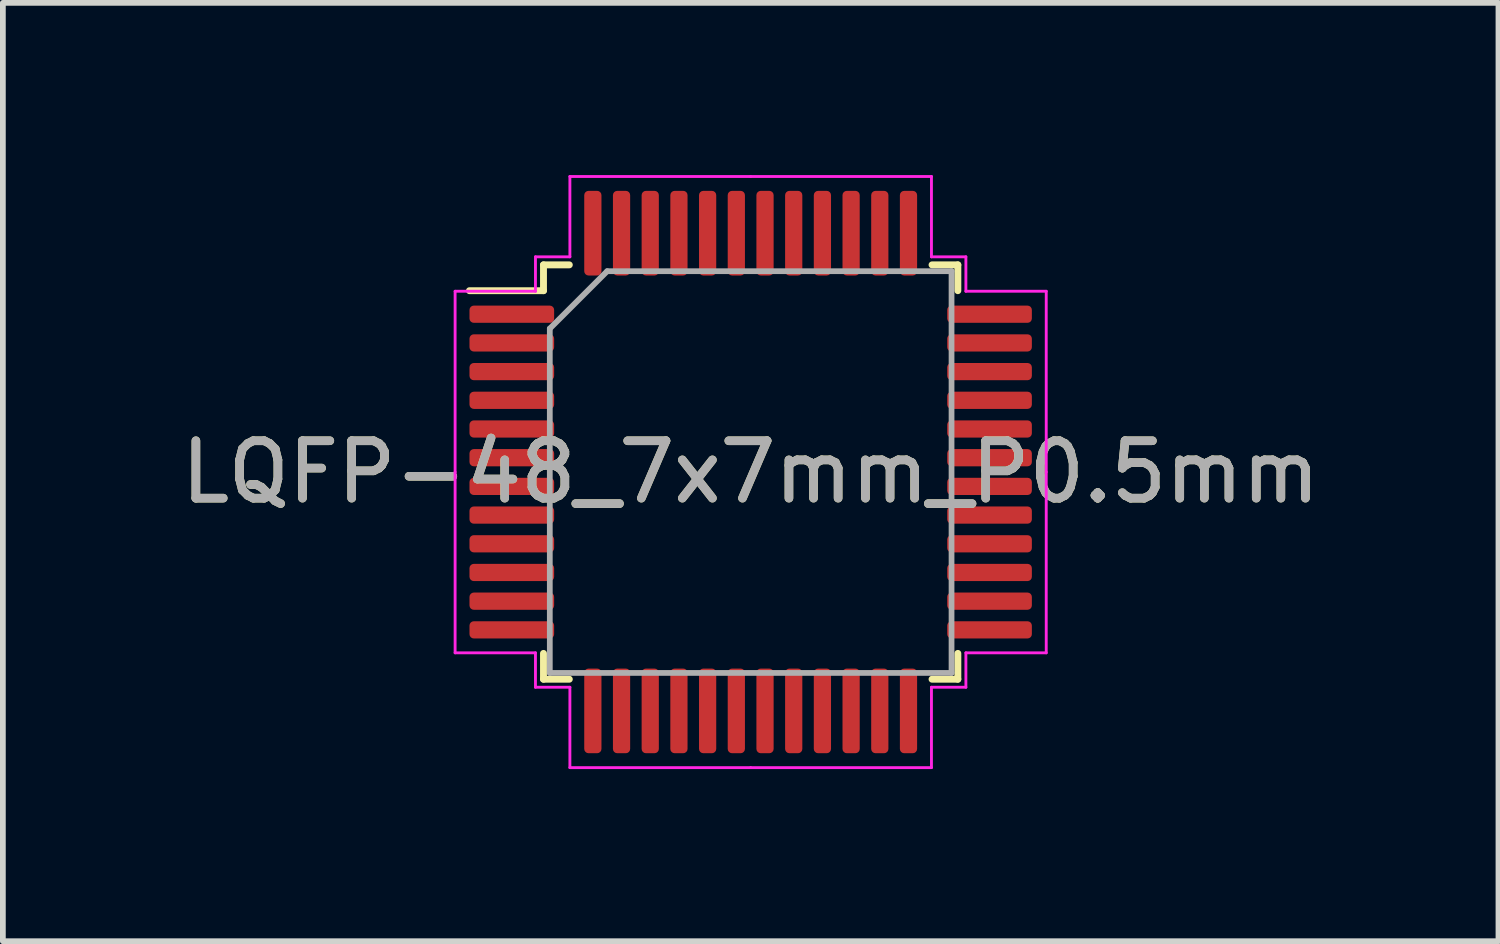
<source format=kicad_pcb>
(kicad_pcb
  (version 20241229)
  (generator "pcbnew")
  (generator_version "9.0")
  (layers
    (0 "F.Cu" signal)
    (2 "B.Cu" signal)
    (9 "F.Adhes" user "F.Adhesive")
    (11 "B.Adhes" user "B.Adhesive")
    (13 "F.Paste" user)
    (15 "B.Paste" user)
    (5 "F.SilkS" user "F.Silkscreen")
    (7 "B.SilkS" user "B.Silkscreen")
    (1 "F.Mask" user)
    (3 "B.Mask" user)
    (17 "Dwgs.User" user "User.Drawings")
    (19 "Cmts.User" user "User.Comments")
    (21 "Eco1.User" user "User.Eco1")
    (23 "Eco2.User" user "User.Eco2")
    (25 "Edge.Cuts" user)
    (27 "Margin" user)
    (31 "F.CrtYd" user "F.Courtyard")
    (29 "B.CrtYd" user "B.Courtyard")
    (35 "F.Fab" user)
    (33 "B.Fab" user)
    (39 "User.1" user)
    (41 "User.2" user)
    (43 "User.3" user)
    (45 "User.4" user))
  (footprint "LQFP-48_7x7mm_P0.5mm"
    (layer "F.Cu")
    (at 10.03 5.175)
    (property "Reference" "LQFP-48_7x7mm_P0.5mm" (at 0 0 180) (layer "F.SilkS") (effects (font (size 1 1) (thickness 0.15))))
    (attr smd)
    (fp_line (start -3.61 -3.61) (end -3.61 -3.16) (stroke (width 0.12) (type solid)) (layer "F.SilkS"))
    (fp_line (start -3.61 -3.16) (end -4.9 -3.16) (stroke (width 0.12) (type solid)) (layer "F.SilkS"))
    (fp_line (start -3.61 3.61) (end -3.61 3.16) (stroke (width 0.12) (type solid)) (layer "F.SilkS"))
    (fp_line (start -3.16 -3.61) (end -3.61 -3.61) (stroke (width 0.12) (type solid)) (layer "F.SilkS"))
    (fp_line (start -3.16 3.61) (end -3.61 3.61) (stroke (width 0.12) (type solid)) (layer "F.SilkS"))
    (fp_line (start 3.16 -3.61) (end 3.61 -3.61) (stroke (width 0.12) (type solid)) (layer "F.SilkS"))
    (fp_line (start 3.16 3.61) (end 3.61 3.61) (stroke (width 0.12) (type solid)) (layer "F.SilkS"))
    (fp_line (start 3.61 -3.61) (end 3.61 -3.16) (stroke (width 0.12) (type solid)) (layer "F.SilkS"))
    (fp_line (start 3.61 3.61) (end 3.61 3.16) (stroke (width 0.12) (type solid)) (layer "F.SilkS"))
    (fp_line (start -5.15 -3.15) (end -5.15 0) (stroke (width 0.05) (type solid)) (layer "F.CrtYd"))
    (fp_line (start -5.15 3.15) (end -5.15 0) (stroke (width 0.05) (type solid)) (layer "F.CrtYd"))
    (fp_line (start -3.75 -3.75) (end -3.75 -3.15) (stroke (width 0.05) (type solid)) (layer "F.CrtYd"))
    (fp_line (start -3.75 -3.15) (end -5.15 -3.15) (stroke (width 0.05) (type solid)) (layer "F.CrtYd"))
    (fp_line (start -3.75 3.15) (end -5.15 3.15) (stroke (width 0.05) (type solid)) (layer "F.CrtYd"))
    (fp_line (start -3.75 3.75) (end -3.75 3.15) (stroke (width 0.05) (type solid)) (layer "F.CrtYd"))
    (fp_line (start -3.15 -5.15) (end -3.15 -3.75) (stroke (width 0.05) (type solid)) (layer "F.CrtYd"))
    (fp_line (start -3.15 -3.75) (end -3.75 -3.75) (stroke (width 0.05) (type solid)) (layer "F.CrtYd"))
    (fp_line (start -3.15 3.75) (end -3.75 3.75) (stroke (width 0.05) (type solid)) (layer "F.CrtYd"))
    (fp_line (start -3.15 5.15) (end -3.15 3.75) (stroke (width 0.05) (type solid)) (layer "F.CrtYd"))
    (fp_line (start 0 -5.15) (end -3.15 -5.15) (stroke (width 0.05) (type solid)) (layer "F.CrtYd"))
    (fp_line (start 0 -5.15) (end 3.15 -5.15) (stroke (width 0.05) (type solid)) (layer "F.CrtYd"))
    (fp_line (start 0 5.15) (end -3.15 5.15) (stroke (width 0.05) (type solid)) (layer "F.CrtYd"))
    (fp_line (start 0 5.15) (end 3.15 5.15) (stroke (width 0.05) (type solid)) (layer "F.CrtYd"))
    (fp_line (start 3.15 -5.15) (end 3.15 -3.75) (stroke (width 0.05) (type solid)) (layer "F.CrtYd"))
    (fp_line (start 3.15 -3.75) (end 3.75 -3.75) (stroke (width 0.05) (type solid)) (layer "F.CrtYd"))
    (fp_line (start 3.15 3.75) (end 3.75 3.75) (stroke (width 0.05) (type solid)) (layer "F.CrtYd"))
    (fp_line (start 3.15 5.15) (end 3.15 3.75) (stroke (width 0.05) (type solid)) (layer "F.CrtYd"))
    (fp_line (start 3.75 -3.75) (end 3.75 -3.15) (stroke (width 0.05) (type solid)) (layer "F.CrtYd"))
    (fp_line (start 3.75 -3.15) (end 5.15 -3.15) (stroke (width 0.05) (type solid)) (layer "F.CrtYd"))
    (fp_line (start 3.75 3.15) (end 5.15 3.15) (stroke (width 0.05) (type solid)) (layer "F.CrtYd"))
    (fp_line (start 3.75 3.75) (end 3.75 3.15) (stroke (width 0.05) (type solid)) (layer "F.CrtYd"))
    (fp_line (start 5.15 -3.15) (end 5.15 0) (stroke (width 0.05) (type solid)) (layer "F.CrtYd"))
    (fp_line (start 5.15 3.15) (end 5.15 0) (stroke (width 0.05) (type solid)) (layer "F.CrtYd"))
    (fp_line (start -3.5 -2.5) (end -2.5 -3.5) (stroke (width 0.1) (type solid)) (layer "F.Fab"))
    (fp_line (start -3.5 3.5) (end -3.5 -2.5) (stroke (width 0.1) (type solid)) (layer "F.Fab"))
    (fp_line (start -2.5 -3.5) (end 3.5 -3.5) (stroke (width 0.1) (type solid)) (layer "F.Fab"))
    (fp_line (start 3.5 -3.5) (end 3.5 3.5) (stroke (width 0.1) (type solid)) (layer "F.Fab"))
    (fp_line (start 3.5 3.5) (end -3.5 3.5) (stroke (width 0.1) (type solid)) (layer "F.Fab"))
    (fp_text user "${REFERENCE}" (at 0 0 180) (layer "F.Fab") (effects (font (size 1 1) (thickness 0.15))))
    (pad "1" smd roundrect (at -4.162 -2.75) (size 1.475 0.3) (layers "F.Cu" "F.Mask" "F.Paste") (roundrect_rratio 0.25))
    (pad "2" smd roundrect (at -4.162 -2.25) (size 1.475 0.3) (layers "F.Cu" "F.Mask" "F.Paste") (roundrect_rratio 0.25))
    (pad "3" smd roundrect (at -4.162 -1.75) (size 1.475 0.3) (layers "F.Cu" "F.Mask" "F.Paste") (roundrect_rratio 0.25))
    (pad "4" smd roundrect (at -4.162 -1.25) (size 1.475 0.3) (layers "F.Cu" "F.Mask" "F.Paste") (roundrect_rratio 0.25))
    (pad "5" smd roundrect (at -4.162 -0.75) (size 1.475 0.3) (layers "F.Cu" "F.Mask" "F.Paste") (roundrect_rratio 0.25))
    (pad "6" smd roundrect (at -4.162 -0.25) (size 1.475 0.3) (layers "F.Cu" "F.Mask" "F.Paste") (roundrect_rratio 0.25))
    (pad "7" smd roundrect (at -4.162 0.25) (size 1.475 0.3) (layers "F.Cu" "F.Mask" "F.Paste") (roundrect_rratio 0.25))
    (pad "8" smd roundrect (at -4.162 0.75) (size 1.475 0.3) (layers "F.Cu" "F.Mask" "F.Paste") (roundrect_rratio 0.25))
    (pad "9" smd roundrect (at -4.162 1.25) (size 1.475 0.3) (layers "F.Cu" "F.Mask" "F.Paste") (roundrect_rratio 0.25))
    (pad "10" smd roundrect (at -4.162 1.75) (size 1.475 0.3) (layers "F.Cu" "F.Mask" "F.Paste") (roundrect_rratio 0.25))
    (pad "11" smd roundrect (at -4.162 2.25) (size 1.475 0.3) (layers "F.Cu" "F.Mask" "F.Paste") (roundrect_rratio 0.25))
    (pad "12" smd roundrect (at -4.162 2.75) (size 1.475 0.3) (layers "F.Cu" "F.Mask" "F.Paste") (roundrect_rratio 0.25))
    (pad "13" smd roundrect (at -2.75 4.162) (size 0.3 1.475) (layers "F.Cu" "F.Mask" "F.Paste") (roundrect_rratio 0.25))
    (pad "14" smd roundrect (at -2.25 4.162) (size 0.3 1.475) (layers "F.Cu" "F.Mask" "F.Paste") (roundrect_rratio 0.25))
    (pad "15" smd roundrect (at -1.75 4.162) (size 0.3 1.475) (layers "F.Cu" "F.Mask" "F.Paste") (roundrect_rratio 0.25))
    (pad "16" smd roundrect (at -1.25 4.162) (size 0.3 1.475) (layers "F.Cu" "F.Mask" "F.Paste") (roundrect_rratio 0.25))
    (pad "17" smd roundrect (at -0.75 4.162) (size 0.3 1.475) (layers "F.Cu" "F.Mask" "F.Paste") (roundrect_rratio 0.25))
    (pad "18" smd roundrect (at -0.25 4.162) (size 0.3 1.475) (layers "F.Cu" "F.Mask" "F.Paste") (roundrect_rratio 0.25))
    (pad "19" smd roundrect (at 0.25 4.162) (size 0.3 1.475) (layers "F.Cu" "F.Mask" "F.Paste") (roundrect_rratio 0.25))
    (pad "20" smd roundrect (at 0.75 4.162) (size 0.3 1.475) (layers "F.Cu" "F.Mask" "F.Paste") (roundrect_rratio 0.25))
    (pad "21" smd roundrect (at 1.25 4.162) (size 0.3 1.475) (layers "F.Cu" "F.Mask" "F.Paste") (roundrect_rratio 0.25))
    (pad "22" smd roundrect (at 1.75 4.162) (size 0.3 1.475) (layers "F.Cu" "F.Mask" "F.Paste") (roundrect_rratio 0.25))
    (pad "23" smd roundrect (at 2.25 4.162) (size 0.3 1.475) (layers "F.Cu" "F.Mask" "F.Paste") (roundrect_rratio 0.25))
    (pad "24" smd roundrect (at 2.75 4.162) (size 0.3 1.475) (layers "F.Cu" "F.Mask" "F.Paste") (roundrect_rratio 0.25))
    (pad "25" smd roundrect (at 4.162 2.75) (size 1.475 0.3) (layers "F.Cu" "F.Mask" "F.Paste") (roundrect_rratio 0.25))
    (pad "26" smd roundrect (at 4.162 2.25) (size 1.475 0.3) (layers "F.Cu" "F.Mask" "F.Paste") (roundrect_rratio 0.25))
    (pad "27" smd roundrect (at 4.162 1.75) (size 1.475 0.3) (layers "F.Cu" "F.Mask" "F.Paste") (roundrect_rratio 0.25))
    (pad "28" smd roundrect (at 4.162 1.25) (size 1.475 0.3) (layers "F.Cu" "F.Mask" "F.Paste") (roundrect_rratio 0.25))
    (pad "29" smd roundrect (at 4.162 0.75) (size 1.475 0.3) (layers "F.Cu" "F.Mask" "F.Paste") (roundrect_rratio 0.25))
    (pad "30" smd roundrect (at 4.162 0.25) (size 1.475 0.3) (layers "F.Cu" "F.Mask" "F.Paste") (roundrect_rratio 0.25))
    (pad "31" smd roundrect (at 4.162 -0.25) (size 1.475 0.3) (layers "F.Cu" "F.Mask" "F.Paste") (roundrect_rratio 0.25))
    (pad "32" smd roundrect (at 4.162 -0.75) (size 1.475 0.3) (layers "F.Cu" "F.Mask" "F.Paste") (roundrect_rratio 0.25))
    (pad "33" smd roundrect (at 4.162 -1.25) (size 1.475 0.3) (layers "F.Cu" "F.Mask" "F.Paste") (roundrect_rratio 0.25))
    (pad "34" smd roundrect (at 4.162 -1.75) (size 1.475 0.3) (layers "F.Cu" "F.Mask" "F.Paste") (roundrect_rratio 0.25))
    (pad "35" smd roundrect (at 4.162 -2.25) (size 1.475 0.3) (layers "F.Cu" "F.Mask" "F.Paste") (roundrect_rratio 0.25))
    (pad "36" smd roundrect (at 4.162 -2.75) (size 1.475 0.3) (layers "F.Cu" "F.Mask" "F.Paste") (roundrect_rratio 0.25))
    (pad "37" smd roundrect (at 2.75 -4.162) (size 0.3 1.475) (layers "F.Cu" "F.Mask" "F.Paste") (roundrect_rratio 0.25))
    (pad "38" smd roundrect (at 2.25 -4.162) (size 0.3 1.475) (layers "F.Cu" "F.Mask" "F.Paste") (roundrect_rratio 0.25))
    (pad "39" smd roundrect (at 1.75 -4.162) (size 0.3 1.475) (layers "F.Cu" "F.Mask" "F.Paste") (roundrect_rratio 0.25))
    (pad "40" smd roundrect (at 1.25 -4.162) (size 0.3 1.475) (layers "F.Cu" "F.Mask" "F.Paste") (roundrect_rratio 0.25))
    (pad "41" smd roundrect (at 0.75 -4.162) (size 0.3 1.475) (layers "F.Cu" "F.Mask" "F.Paste") (roundrect_rratio 0.25))
    (pad "42" smd roundrect (at 0.25 -4.162) (size 0.3 1.475) (layers "F.Cu" "F.Mask" "F.Paste") (roundrect_rratio 0.25))
    (pad "43" smd roundrect (at -0.25 -4.162) (size 0.3 1.475) (layers "F.Cu" "F.Mask" "F.Paste") (roundrect_rratio 0.25))
    (pad "44" smd roundrect (at -0.75 -4.162) (size 0.3 1.475) (layers "F.Cu" "F.Mask" "F.Paste") (roundrect_rratio 0.25))
    (pad "45" smd roundrect (at -1.25 -4.162) (size 0.3 1.475) (layers "F.Cu" "F.Mask" "F.Paste") (roundrect_rratio 0.25))
    (pad "46" smd roundrect (at -1.75 -4.162) (size 0.3 1.475) (layers "F.Cu" "F.Mask" "F.Paste") (roundrect_rratio 0.25))
    (pad "47" smd roundrect (at -2.25 -4.162) (size 0.3 1.475) (layers "F.Cu" "F.Mask" "F.Paste") (roundrect_rratio 0.25))
    (pad "48" smd roundrect (at -2.75 -4.162) (size 0.3 1.475) (layers "F.Cu" "F.Mask" "F.Paste") (roundrect_rratio 0.25)))
  (gr_rect
    (start -3 -3)
    (end 23.06 13.35)
    (stroke (width 0.1) (type default))
    (fill no)
    (layer "Edge.Cuts")))
</source>
